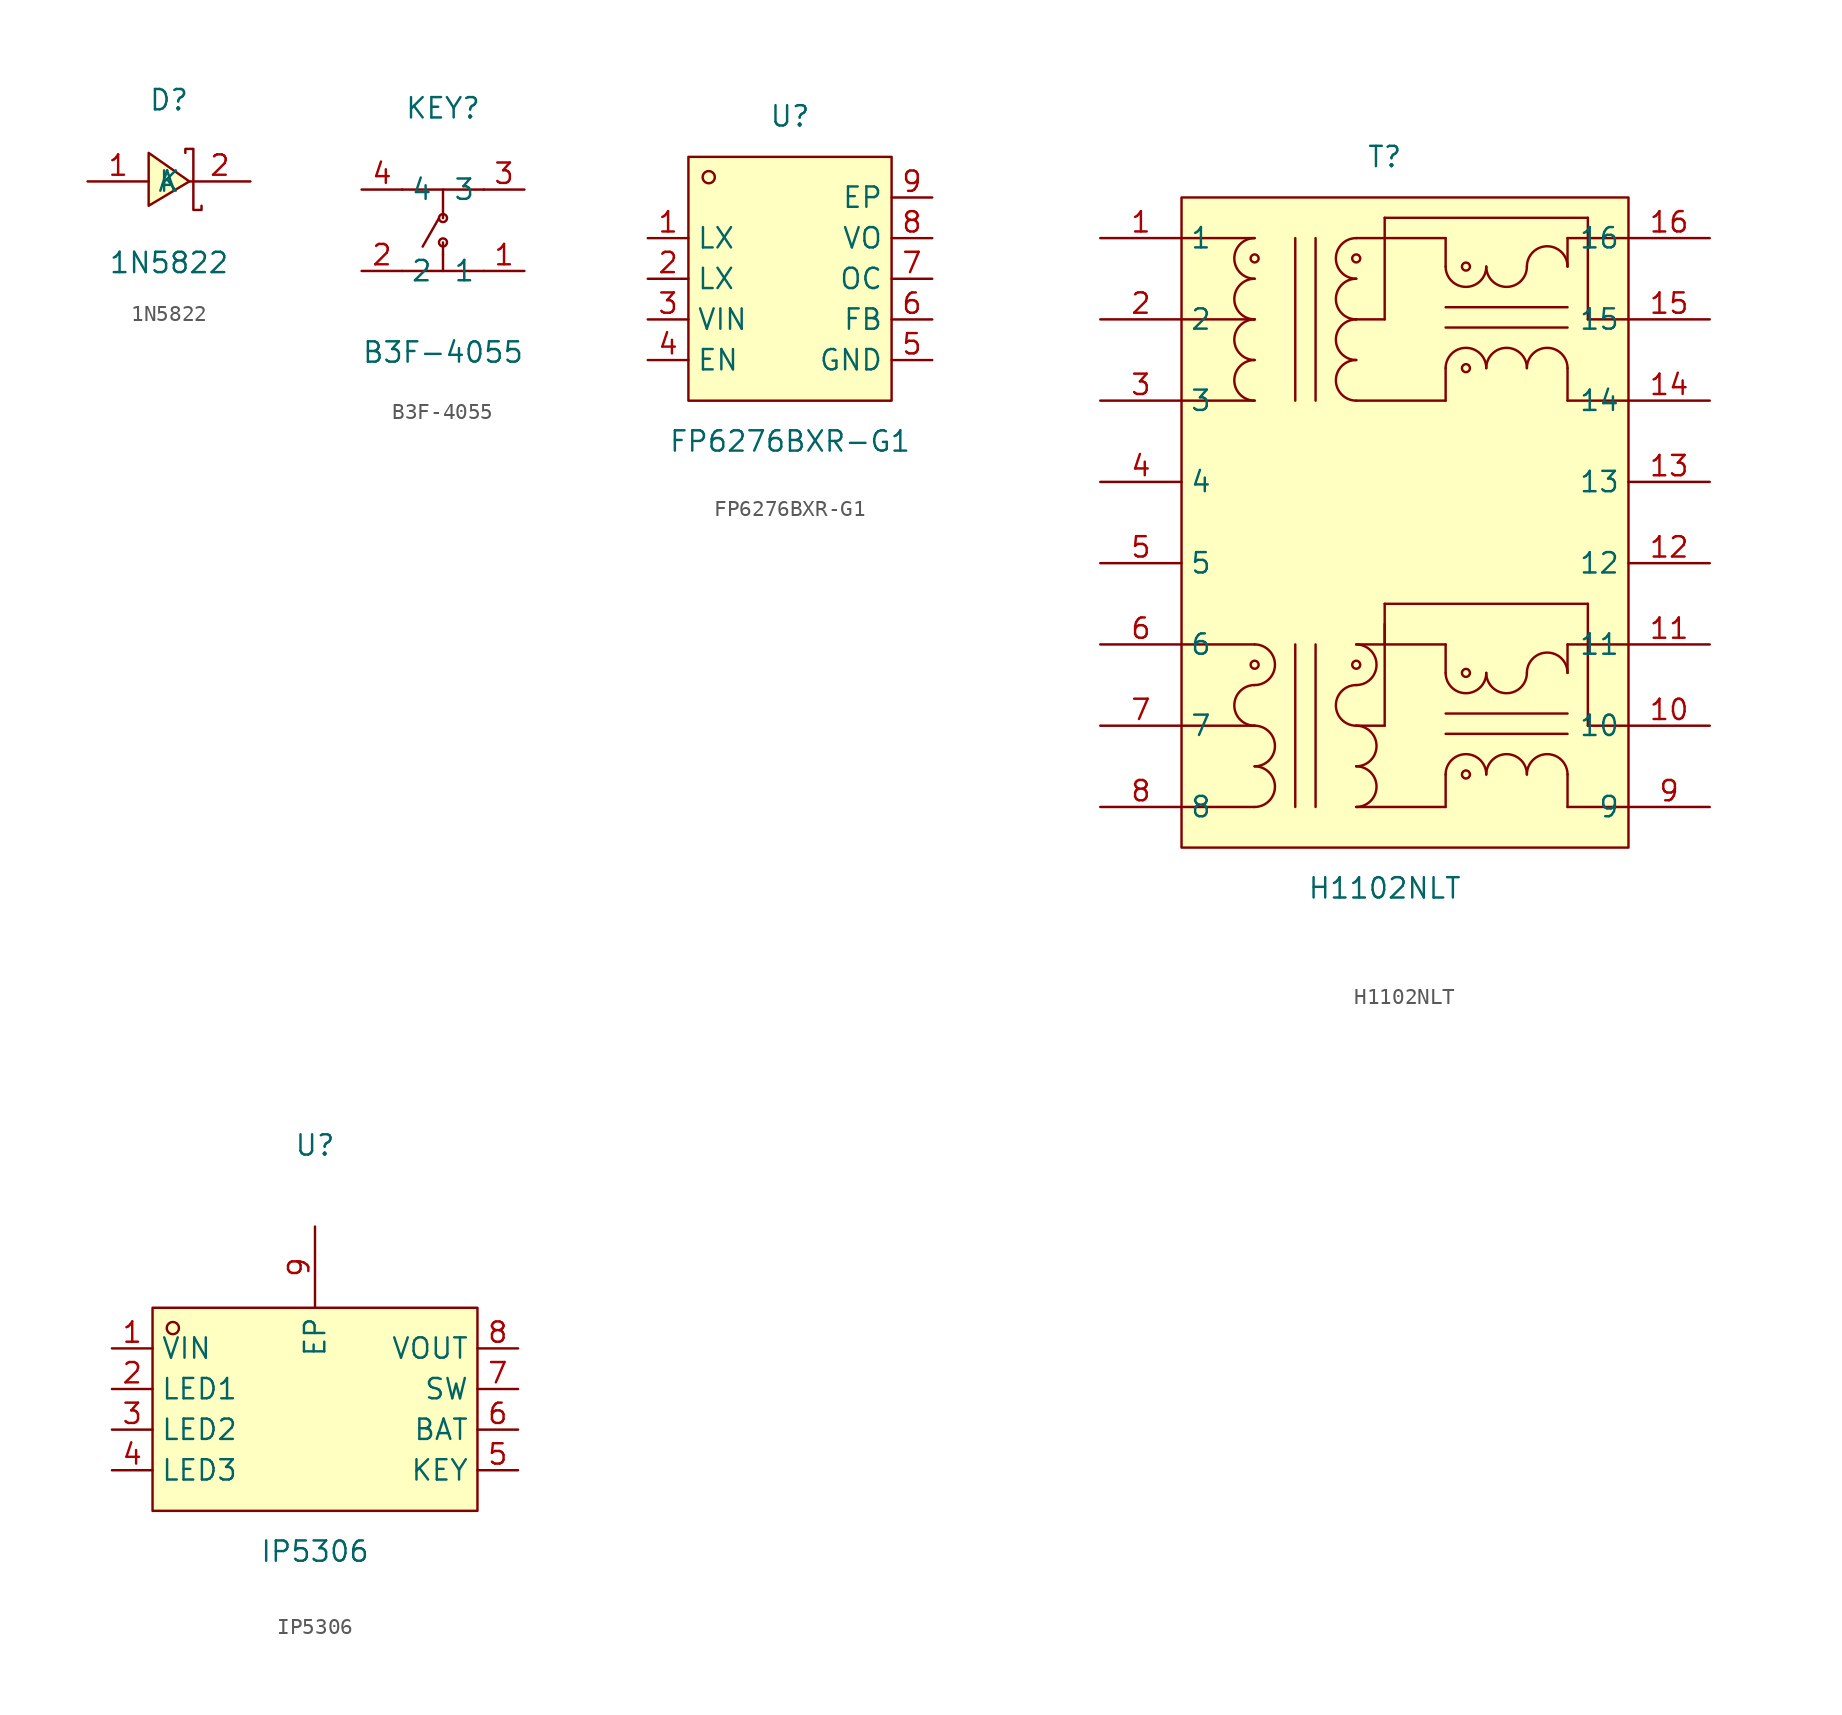
<source format=kicad_sym>
(kicad_symbol_lib
  (version 20211014)
  (generator https://github.com/uPesy/easyeda2kicad.py)
  (symbol "1N5822"
    (property "Reference" "D"
      (at 0 5.08 0)
      (effects (font (size 1.27 1.27))))
    (property "Value" "1N5822"
      (at 0 -5.08 0)
      (effects (font (size 1.27 1.27))))
    (symbol "1N5822_0_1"
      (polyline (pts (xy -1.27 -1.52) (xy 1.27 -0.00) (xy -1.27 1.78) (xy -1.27 -1.52)) (stroke (width 0) (type default) (color 0 0 0 0)) (fill (type background)))
      (polyline (pts (xy 2.03 -1.52) (xy 2.03 -1.78) (xy 1.52 -1.78) (xy 1.52 2.03) (xy 1.02 2.03) (xy 1.02 1.78)) (stroke (width 0) (type default) (color 0 0 0 0)) (fill (type none)))
      (pin unspecified line (at -5.08 -0.00 0) (length 3.81) (name "A" (effects (font (size 1.27 1.27)))) (number "1" (effects (font (size 1.27 1.27)))))
      (pin unspecified line (at 5.08 -0.00 180) (length 3.81) (name "K" (effects (font (size 1.27 1.27)))) (number "2" (effects (font (size 1.27 1.27)))))))
  (symbol "B3F-4055"
    (property "Reference" "KEY"
      (at 0 7.62 0)
      (effects (font (size 1.27 1.27))))
    (property "Value" "B3F-4055"
      (at 0 -7.62 0)
      (effects (font (size 1.27 1.27))))
    (symbol "B3F-4055_0_1"
      (circle (center 0.00 -0.76) (radius 0.25) (stroke (width 0) (type default) (color 0 0 0 0)) (fill (type none)))
      (circle (center 0.00 0.76) (radius 0.25) (stroke (width 0) (type default) (color 0 0 0 0)) (fill (type none)))
      (polyline (pts (xy -1.27 -1.02) (xy -0.25 0.76)) (stroke (width 0) (type default) (color 0 0 0 0)) (fill (type none)))
      (polyline (pts (xy 0.00 -1.52) (xy 0.00 -0.76)) (stroke (width 0) (type default) (color 0 0 0 0)) (fill (type none)))
      (polyline (pts (xy 0.00 2.54) (xy 0.00 0.76)) (stroke (width 0) (type default) (color 0 0 0 0)) (fill (type none)))
      (polyline (pts (xy 0.00 -2.54) (xy 0.00 -1.52)) (stroke (width 0) (type default) (color 0 0 0 0)) (fill (type none)))
      (polyline (pts (xy -2.54 2.54) (xy 2.54 2.54)) (stroke (width 0) (type default) (color 0 0 0 0)) (fill (type none)))
      (polyline (pts (xy -2.54 -2.54) (xy 2.54 -2.54)) (stroke (width 0) (type default) (color 0 0 0 0)) (fill (type none)))
      (pin unspecified line (at 5.08 2.54 180) (length 2.54) (name "3" (effects (font (size 1.27 1.27)))) (number "3" (effects (font (size 1.27 1.27)))))
      (pin unspecified line (at -5.08 2.54 0) (length 2.54) (name "4" (effects (font (size 1.27 1.27)))) (number "4" (effects (font (size 1.27 1.27)))))
      (pin unspecified line (at -5.08 -2.54 0) (length 2.54) (name "2" (effects (font (size 1.27 1.27)))) (number "2" (effects (font (size 1.27 1.27)))))
      (pin unspecified line (at 5.08 -2.54 180) (length 2.54) (name "1" (effects (font (size 1.27 1.27)))) (number "1" (effects (font (size 1.27 1.27)))))))
  (symbol "FP6276BXR-G1"
    (property "Reference" "U"
      (at 0 10.16 0)
      (effects (font (size 1.27 1.27))))
    (property "Value" "FP6276BXR-G1"
      (at 0 -10.16 0)
      (effects (font (size 1.27 1.27))))
    (symbol "FP6276BXR-G1_0_1"
      (rectangle (start -6.35 7.62) (end 6.35 -7.62) (stroke (width 0) (type default) (color 0 0 0 0)) (fill (type background)))
      (circle (center -5.08 6.35) (radius 0.38) (stroke (width 0) (type default) (color 0 0 0 0)) (fill (type none)))
      (pin unspecified line (at -8.89 2.54 0) (length 2.54) (name "LX" (effects (font (size 1.27 1.27)))) (number "1" (effects (font (size 1.27 1.27)))))
      (pin unspecified line (at -8.89 -0.00 0) (length 2.54) (name "LX" (effects (font (size 1.27 1.27)))) (number "2" (effects (font (size 1.27 1.27)))))
      (pin unspecified line (at -8.89 -2.54 0) (length 2.54) (name "VIN" (effects (font (size 1.27 1.27)))) (number "3" (effects (font (size 1.27 1.27)))))
      (pin unspecified line (at -8.89 -5.08 0) (length 2.54) (name "EN" (effects (font (size 1.27 1.27)))) (number "4" (effects (font (size 1.27 1.27)))))
      (pin unspecified line (at 8.89 -5.08 180) (length 2.54) (name "GND" (effects (font (size 1.27 1.27)))) (number "5" (effects (font (size 1.27 1.27)))))
      (pin unspecified line (at 8.89 -2.54 180) (length 2.54) (name "FB" (effects (font (size 1.27 1.27)))) (number "6" (effects (font (size 1.27 1.27)))))
      (pin unspecified line (at 8.89 -0.00 180) (length 2.54) (name "OC" (effects (font (size 1.27 1.27)))) (number "7" (effects (font (size 1.27 1.27)))))
      (pin unspecified line (at 8.89 2.54 180) (length 2.54) (name "VO" (effects (font (size 1.27 1.27)))) (number "8" (effects (font (size 1.27 1.27)))))
      (pin unspecified line (at 8.89 5.08 180) (length 2.54) (name "EP" (effects (font (size 1.27 1.27)))) (number "9" (effects (font (size 1.27 1.27)))))))
  (symbol "H1102NLT"
    (property "Reference" "T"
      (at 0 15.24 0)
      (effects (font (size 1.27 1.27))))
    (property "Value" "H1102NLT"
      (at 0 -30.48 0)
      (effects (font (size 1.27 1.27))))
    (symbol "H1102NLT_0_1"
      (rectangle (start -12.70 12.70) (end 15.24 -27.94) (stroke (width 0) (type default) (color 0 0 0 0)) (fill (type background)))
      (circle (center -8.13 8.89) (radius 0.25) (stroke (width 0) (type default) (color 0 0 0 0)) (fill (type none)))
      (circle (center -1.78 8.89) (radius 0.25) (stroke (width 0) (type default) (color 0 0 0 0)) (fill (type none)))
      (circle (center 5.08 8.38) (radius 0.25) (stroke (width 0) (type default) (color 0 0 0 0)) (fill (type none)))
      (circle (center 5.08 2.03) (radius 0.25) (stroke (width 0) (type default) (color 0 0 0 0)) (fill (type none)))
      (circle (center -8.13 -16.51) (radius 0.25) (stroke (width 0) (type default) (color 0 0 0 0)) (fill (type none)))
      (circle (center -1.78 -16.51) (radius 0.25) (stroke (width 0) (type default) (color 0 0 0 0)) (fill (type none)))
      (circle (center 5.08 -17.02) (radius 0.25) (stroke (width 0) (type default) (color 0 0 0 0)) (fill (type none)))
      (circle (center 5.08 -23.37) (radius 0.25) (stroke (width 0) (type default) (color 0 0 0 0)) (fill (type none)))
      (arc (start -8.13 2.54) (mid -9.28 4.34) (end -8.13 5.08) (stroke (width 0) (type default) (color 0 0 0 0)) (fill (type none)))
      (arc (start -8.13 5.08) (mid -9.28 6.88) (end -8.13 7.62) (stroke (width 0) (type default) (color 0 0 0 0)) (fill (type none)))
      (arc (start -8.13 7.62) (mid -9.28 9.42) (end -8.13 10.16) (stroke (width 0) (type default) (color 0 0 0 0)) (fill (type none)))
      (arc (start -8.13 -0.00) (mid -9.28 1.80) (end -8.13 2.54) (stroke (width 0) (type default) (color 0 0 0 0)) (fill (type none)))
      (arc (start -1.78 2.54) (mid -2.93 4.34) (end -1.78 5.08) (stroke (width 0) (type default) (color 0 0 0 0)) (fill (type none)))
      (arc (start -1.78 5.08) (mid -2.93 6.88) (end -1.78 7.62) (stroke (width 0) (type default) (color 0 0 0 0)) (fill (type none)))
      (arc (start -1.78 7.62) (mid -2.93 9.42) (end -1.78 10.16) (stroke (width 0) (type default) (color 0 0 0 0)) (fill (type none)))
      (arc (start -1.78 -0.00) (mid -2.93 1.80) (end -1.78 2.54) (stroke (width 0) (type default) (color 0 0 0 0)) (fill (type none)))
      (arc (start 11.43 2.03) (mid 9.01 2.56) (end 8.89 2.03) (stroke (width 0) (type default) (color 0 0 0 0)) (fill (type none)))
      (arc (start 8.89 2.03) (mid 7.05 3.17) (end 6.35 2.03) (stroke (width 0) (type default) (color 0 0 0 0)) (fill (type none)))
      (arc (start 6.35 2.03) (mid 4.51 3.17) (end 3.81 2.03) (stroke (width 0) (type default) (color 0 0 0 0)) (fill (type none)))
      (arc (start 11.43 8.38) (mid 9.01 8.91) (end 8.89 8.38) (stroke (width 0) (type default) (color 0 0 0 0)) (fill (type none)))
      (arc (start 8.89 8.38) (mid 7.05 7.25) (end 6.35 8.38) (stroke (width 0) (type default) (color 0 0 0 0)) (fill (type none)))
      (arc (start 6.35 8.38) (mid 4.51 7.25) (end 3.81 8.38) (stroke (width 0) (type default) (color 0 0 0 0)) (fill (type none)))
      (arc (start -8.13 -22.86) (mid -8.70 -20.45) (end -8.13 -20.32) (stroke (width 0) (type default) (color 0 0 0 0)) (fill (type none)))
      (arc (start -8.13 -20.32) (mid -9.28 -18.52) (end -8.13 -17.78) (stroke (width 0) (type default) (color 0 0 0 0)) (fill (type none)))
      (arc (start -8.13 -17.78) (mid -8.70 -15.37) (end -8.13 -15.24) (stroke (width 0) (type default) (color 0 0 0 0)) (fill (type none)))
      (arc (start -8.13 -25.40) (mid -8.70 -22.99) (end -8.13 -22.86) (stroke (width 0) (type default) (color 0 0 0 0)) (fill (type none)))
      (arc (start -1.78 -22.86) (mid -2.35 -22.73) (end -1.78 -20.32) (stroke (width 0) (type default) (color 0 0 0 0)) (fill (type none)))
      (arc (start -1.78 -20.32) (mid -2.93 -18.52) (end -1.78 -17.78) (stroke (width 0) (type default) (color 0 0 0 0)) (fill (type none)))
      (arc (start -1.78 -17.78) (mid -2.35 -17.65) (end -1.78 -15.24) (stroke (width 0) (type default) (color 0 0 0 0)) (fill (type none)))
      (arc (start -1.78 -25.40) (mid -2.35 -25.27) (end -1.78 -22.86) (stroke (width 0) (type default) (color 0 0 0 0)) (fill (type none)))
      (arc (start 11.43 -23.37) (mid 9.01 -22.84) (end 8.89 -23.37) (stroke (width 0) (type default) (color 0 0 0 0)) (fill (type none)))
      (arc (start 8.89 -23.37) (mid 7.05 -22.23) (end 6.35 -23.37) (stroke (width 0) (type default) (color 0 0 0 0)) (fill (type none)))
      (arc (start 6.35 -23.37) (mid 4.51 -22.23) (end 3.81 -23.37) (stroke (width 0) (type default) (color 0 0 0 0)) (fill (type none)))
      (arc (start 11.43 -17.02) (mid 9.01 -16.49) (end 8.89 -17.02) (stroke (width 0) (type default) (color 0 0 0 0)) (fill (type none)))
      (arc (start 8.89 -17.02) (mid 7.05 -18.15) (end 6.35 -17.02) (stroke (width 0) (type default) (color 0 0 0 0)) (fill (type none)))
      (arc (start 6.35 -17.02) (mid 4.51 -18.15) (end 3.81 -17.02) (stroke (width 0) (type default) (color 0 0 0 0)) (fill (type none)))
      (polyline (pts (xy -12.70 -0.00) (xy -8.13 -0.00)) (stroke (width 0) (type default) (color 0 0 0 0)) (fill (type none)))
      (polyline (pts (xy -12.70 5.08) (xy -8.13 5.08)) (stroke (width 0) (type default) (color 0 0 0 0)) (fill (type none)))
      (polyline (pts (xy -12.70 10.16) (xy -8.13 10.16)) (stroke (width 0) (type default) (color 0 0 0 0)) (fill (type none)))
      (polyline (pts (xy -5.59 10.16) (xy -5.59 -0.00)) (stroke (width 0) (type default) (color 0 0 0 0)) (fill (type none)))
      (polyline (pts (xy -4.32 10.16) (xy -4.32 -0.00)) (stroke (width 0) (type default) (color 0 0 0 0)) (fill (type none)))
      (polyline (pts (xy -1.78 10.16) (xy 3.81 10.16)) (stroke (width 0) (type default) (color 0 0 0 0)) (fill (type none)))
      (polyline (pts (xy 3.81 10.16) (xy 3.81 8.38)) (stroke (width 0) (type default) (color 0 0 0 0)) (fill (type none)))
      (polyline (pts (xy 3.81 -0.00) (xy -1.78 -0.00)) (stroke (width 0) (type default) (color 0 0 0 0)) (fill (type none)))
      (polyline (pts (xy 3.81 -0.00) (xy 3.81 2.03)) (stroke (width 0) (type default) (color 0 0 0 0)) (fill (type none)))
      (polyline (pts (xy 11.43 8.38) (xy 11.43 10.16)) (stroke (width 0) (type default) (color 0 0 0 0)) (fill (type none)))
      (polyline (pts (xy 11.43 2.03) (xy 11.43 -0.00)) (stroke (width 0) (type default) (color 0 0 0 0)) (fill (type none)))
      (polyline (pts (xy 3.81 4.57) (xy 11.43 4.57)) (stroke (width 0) (type default) (color 0 0 0 0)) (fill (type none)))
      (polyline (pts (xy 3.81 5.84) (xy 11.43 5.84)) (stroke (width 0) (type default) (color 0 0 0 0)) (fill (type none)))
      (polyline (pts (xy 12.70 5.08) (xy 12.70 11.43)) (stroke (width 0) (type default) (color 0 0 0 0)) (fill (type none)))
      (polyline (pts (xy -1.78 5.08) (xy 0.00 5.08)) (stroke (width 0) (type default) (color 0 0 0 0)) (fill (type none)))
      (polyline (pts (xy 0.00 5.08) (xy 0.00 11.43)) (stroke (width 0) (type default) (color 0 0 0 0)) (fill (type none)))
      (polyline (pts (xy 0.00 11.43) (xy 12.70 11.43)) (stroke (width 0) (type default) (color 0 0 0 0)) (fill (type none)))
      (polyline (pts (xy 11.43 10.16) (xy 15.24 10.16)) (stroke (width 0) (type default) (color 0 0 0 0)) (fill (type none)))
      (polyline (pts (xy 12.70 5.08) (xy 15.24 5.08)) (stroke (width 0) (type default) (color 0 0 0 0)) (fill (type none)))
      (polyline (pts (xy 11.43 -0.00) (xy 15.24 -0.00)) (stroke (width 0) (type default) (color 0 0 0 0)) (fill (type none)))
      (polyline (pts (xy -12.70 -25.40) (xy -8.13 -25.40)) (stroke (width 0) (type default) (color 0 0 0 0)) (fill (type none)))
      (polyline (pts (xy -12.70 -20.32) (xy -8.13 -20.32)) (stroke (width 0) (type default) (color 0 0 0 0)) (fill (type none)))
      (polyline (pts (xy -12.70 -15.24) (xy -8.13 -15.24)) (stroke (width 0) (type default) (color 0 0 0 0)) (fill (type none)))
      (polyline (pts (xy -5.59 -15.24) (xy -5.59 -25.40)) (stroke (width 0) (type default) (color 0 0 0 0)) (fill (type none)))
      (polyline (pts (xy -4.32 -15.24) (xy -4.32 -25.40)) (stroke (width 0) (type default) (color 0 0 0 0)) (fill (type none)))
      (polyline (pts (xy -1.78 -15.24) (xy 3.81 -15.24)) (stroke (width 0) (type default) (color 0 0 0 0)) (fill (type none)))
      (polyline (pts (xy 3.81 -15.24) (xy 3.81 -17.02)) (stroke (width 0) (type default) (color 0 0 0 0)) (fill (type none)))
      (polyline (pts (xy 3.81 -25.40) (xy -1.78 -25.40)) (stroke (width 0) (type default) (color 0 0 0 0)) (fill (type none)))
      (polyline (pts (xy 3.81 -25.40) (xy 3.81 -23.37)) (stroke (width 0) (type default) (color 0 0 0 0)) (fill (type none)))
      (polyline (pts (xy 11.43 -17.02) (xy 11.43 -15.24)) (stroke (width 0) (type default) (color 0 0 0 0)) (fill (type none)))
      (polyline (pts (xy 11.43 -23.37) (xy 11.43 -25.40)) (stroke (width 0) (type default) (color 0 0 0 0)) (fill (type none)))
      (polyline (pts (xy 3.81 -20.83) (xy 11.43 -20.83)) (stroke (width 0) (type default) (color 0 0 0 0)) (fill (type none)))
      (polyline (pts (xy 3.81 -19.56) (xy 11.43 -19.56)) (stroke (width 0) (type default) (color 0 0 0 0)) (fill (type none)))
      (polyline (pts (xy 12.70 -20.32) (xy 12.70 -12.70)) (stroke (width 0) (type default) (color 0 0 0 0)) (fill (type none)))
      (polyline (pts (xy -1.78 -20.32) (xy 0.00 -20.32)) (stroke (width 0) (type default) (color 0 0 0 0)) (fill (type none)))
      (polyline (pts (xy 0.00 -20.32) (xy 0.00 -13.97)) (stroke (width 0) (type default) (color 0 0 0 0)) (fill (type none)))
      (polyline (pts (xy 0.00 -12.70) (xy 12.70 -12.70)) (stroke (width 0) (type default) (color 0 0 0 0)) (fill (type none)))
      (polyline (pts (xy 11.43 -15.24) (xy 15.24 -15.24)) (stroke (width 0) (type default) (color 0 0 0 0)) (fill (type none)))
      (polyline (pts (xy 12.70 -20.32) (xy 15.24 -20.32)) (stroke (width 0) (type default) (color 0 0 0 0)) (fill (type none)))
      (polyline (pts (xy 11.43 -25.40) (xy 15.24 -25.40)) (stroke (width 0) (type default) (color 0 0 0 0)) (fill (type none)))
      (polyline (pts (xy 0.00 -12.70) (xy 0.00 -15.24)) (stroke (width 0) (type default) (color 0 0 0 0)) (fill (type none)))
      (pin unspecified line (at 20.32 5.08 180) (length 5.08) (name "15" (effects (font (size 1.27 1.27)))) (number "15" (effects (font (size 1.27 1.27)))))
      (pin unspecified line (at 20.32 10.16 180) (length 5.08) (name "16" (effects (font (size 1.27 1.27)))) (number "16" (effects (font (size 1.27 1.27)))))
      (pin unspecified line (at 20.32 -0.00 180) (length 5.08) (name "14" (effects (font (size 1.27 1.27)))) (number "14" (effects (font (size 1.27 1.27)))))
      (pin unspecified line (at 20.32 -20.32 180) (length 5.08) (name "10" (effects (font (size 1.27 1.27)))) (number "10" (effects (font (size 1.27 1.27)))))
      (pin unspecified line (at 20.32 -25.40 180) (length 5.08) (name "9" (effects (font (size 1.27 1.27)))) (number "9" (effects (font (size 1.27 1.27)))))
      (pin unspecified line (at 20.32 -5.08 180) (length 5.08) (name "13" (effects (font (size 1.27 1.27)))) (number "13" (effects (font (size 1.27 1.27)))))
      (pin unspecified line (at -17.78 -20.32 0) (length 5.08) (name "7" (effects (font (size 1.27 1.27)))) (number "7" (effects (font (size 1.27 1.27)))))
      (pin unspecified line (at -17.78 -25.40 0) (length 5.08) (name "8" (effects (font (size 1.27 1.27)))) (number "8" (effects (font (size 1.27 1.27)))))
      (pin unspecified line (at -17.78 -15.24 0) (length 5.08) (name "6" (effects (font (size 1.27 1.27)))) (number "6" (effects (font (size 1.27 1.27)))))
      (pin unspecified line (at -17.78 5.08 0) (length 5.08) (name "2" (effects (font (size 1.27 1.27)))) (number "2" (effects (font (size 1.27 1.27)))))
      (pin unspecified line (at -17.78 10.16 0) (length 5.08) (name "1" (effects (font (size 1.27 1.27)))) (number "1" (effects (font (size 1.27 1.27)))))
      (pin unspecified line (at -17.78 -0.00 0) (length 5.08) (name "3" (effects (font (size 1.27 1.27)))) (number "3" (effects (font (size 1.27 1.27)))))
      (pin unspecified line (at -17.78 -5.08 0) (length 5.08) (name "4" (effects (font (size 1.27 1.27)))) (number "4" (effects (font (size 1.27 1.27)))))
      (pin unspecified line (at -17.78 -10.16 0) (length 5.08) (name "5" (effects (font (size 1.27 1.27)))) (number "5" (effects (font (size 1.27 1.27)))))
      (pin unspecified line (at 20.32 -10.16 180) (length 5.08) (name "12" (effects (font (size 1.27 1.27)))) (number "12" (effects (font (size 1.27 1.27)))))
      (pin unspecified line (at 20.32 -15.24 180) (length 5.08) (name "11" (effects (font (size 1.27 1.27)))) (number "11" (effects (font (size 1.27 1.27)))))))
  (symbol "IP5306"
    (property "Reference" "U"
      (at 0 12.70 0)
      (effects (font (size 1.27 1.27))))
    (property "Value" "IP5306"
      (at 0 -12.70 0)
      (effects (font (size 1.27 1.27))))
    (symbol "IP5306_0_1"
      (rectangle (start -10.16 2.54) (end 10.16 -10.16) (stroke (width 0) (type default) (color 0 0 0 0)) (fill (type background)))
      (circle (center -8.89 1.27) (radius 0.38) (stroke (width 0) (type default) (color 0 0 0 0)) (fill (type none)))
      (pin unspecified line (at -12.70 -0.00 0) (length 2.54) (name "VIN" (effects (font (size 1.27 1.27)))) (number "1" (effects (font (size 1.27 1.27)))))
      (pin unspecified line (at -12.70 -2.54 0) (length 2.54) (name "LED1" (effects (font (size 1.27 1.27)))) (number "2" (effects (font (size 1.27 1.27)))))
      (pin unspecified line (at -12.70 -5.08 0) (length 2.54) (name "LED2" (effects (font (size 1.27 1.27)))) (number "3" (effects (font (size 1.27 1.27)))))
      (pin unspecified line (at -12.70 -7.62 0) (length 2.54) (name "LED3" (effects (font (size 1.27 1.27)))) (number "4" (effects (font (size 1.27 1.27)))))
      (pin unspecified line (at 12.70 -7.62 180) (length 2.54) (name "KEY" (effects (font (size 1.27 1.27)))) (number "5" (effects (font (size 1.27 1.27)))))
      (pin unspecified line (at 12.70 -5.08 180) (length 2.54) (name "BAT" (effects (font (size 1.27 1.27)))) (number "6" (effects (font (size 1.27 1.27)))))
      (pin unspecified line (at 12.70 -2.54 180) (length 2.54) (name "SW" (effects (font (size 1.27 1.27)))) (number "7" (effects (font (size 1.27 1.27)))))
      (pin unspecified line (at 12.70 -0.00 180) (length 2.54) (name "VOUT" (effects (font (size 1.27 1.27)))) (number "8" (effects (font (size 1.27 1.27)))))
      (pin unspecified line (at 0.00 7.62 270) (length 5.08) (name "EP" (effects (font (size 1.27 1.27)))) (number "9" (effects (font (size 1.27 1.27))))))))
</source>
